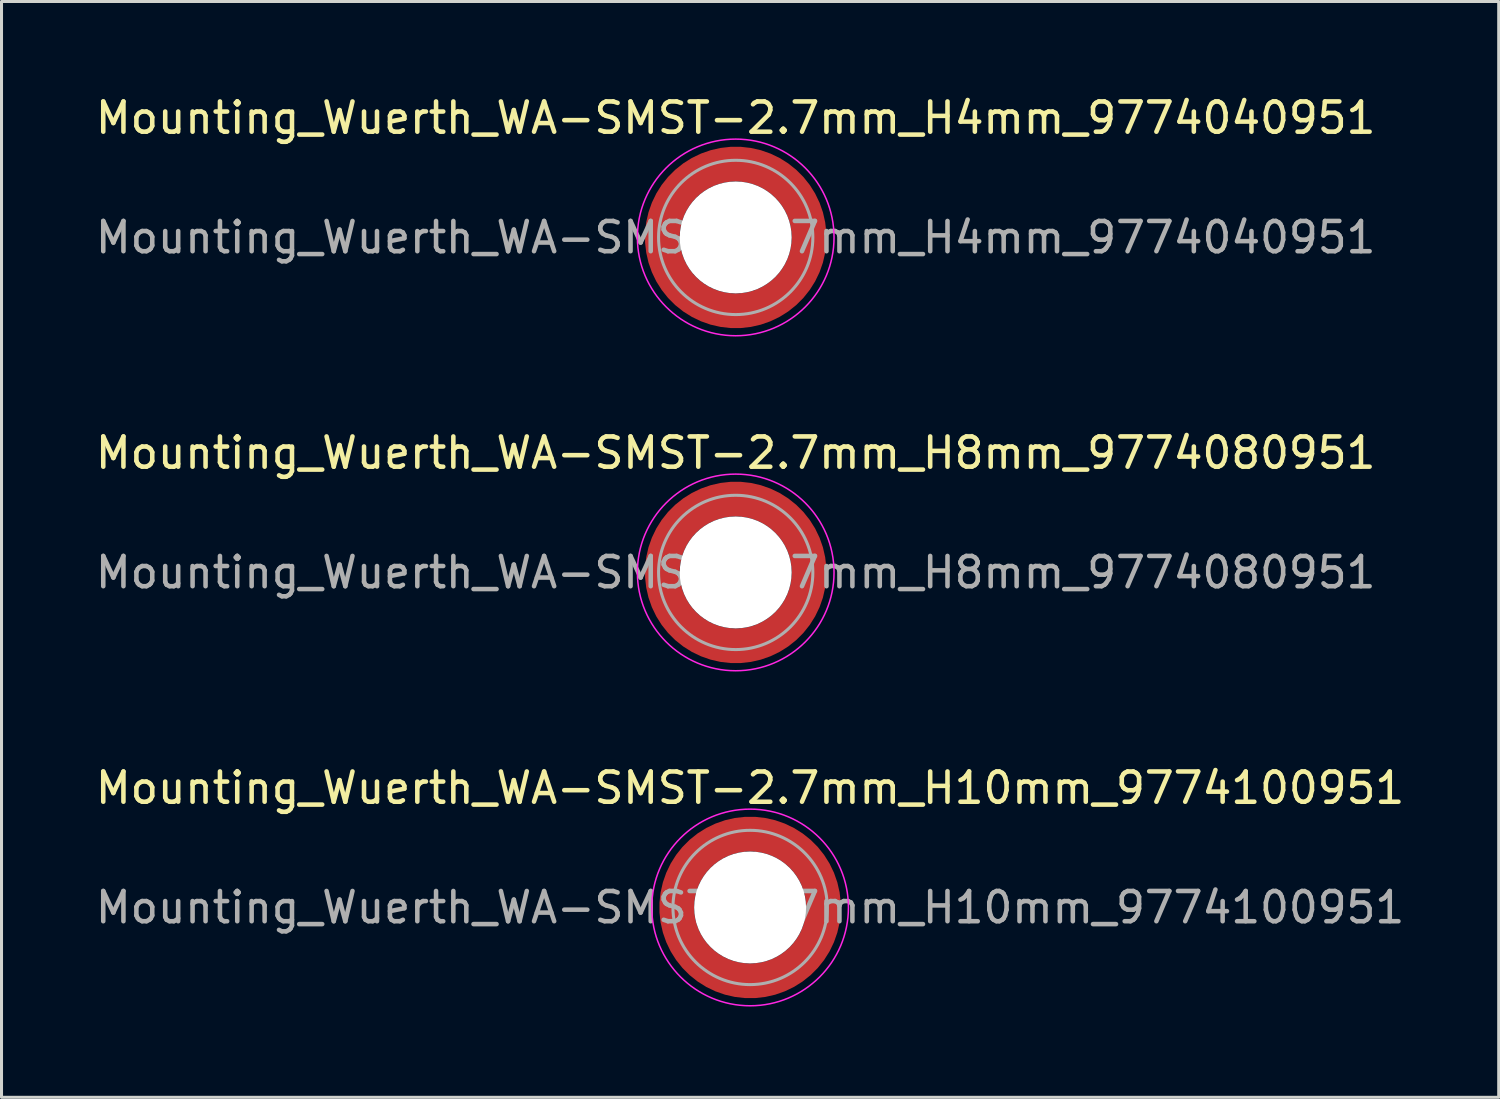
<source format=kicad_pcb>
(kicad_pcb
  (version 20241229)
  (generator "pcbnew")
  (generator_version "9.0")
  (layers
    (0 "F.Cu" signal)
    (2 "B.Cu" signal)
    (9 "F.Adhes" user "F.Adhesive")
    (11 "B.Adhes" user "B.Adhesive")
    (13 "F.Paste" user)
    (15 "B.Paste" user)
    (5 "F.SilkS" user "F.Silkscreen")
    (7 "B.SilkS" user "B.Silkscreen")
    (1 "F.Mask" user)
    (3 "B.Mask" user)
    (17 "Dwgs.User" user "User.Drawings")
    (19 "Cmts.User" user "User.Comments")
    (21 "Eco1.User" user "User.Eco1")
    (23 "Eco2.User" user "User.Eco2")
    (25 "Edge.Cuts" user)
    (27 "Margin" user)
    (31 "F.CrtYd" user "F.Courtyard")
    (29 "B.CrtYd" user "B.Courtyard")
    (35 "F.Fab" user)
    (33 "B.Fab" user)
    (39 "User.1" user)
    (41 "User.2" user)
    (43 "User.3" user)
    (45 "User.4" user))
  (footprint "Mounting_Wuerth_WA-SMST-2.7mm_H4mm_9774040951"
    (layer "F.Cu")
    (at 21.268 4.798)
    (property "Reference" "Mounting_Wuerth_WA-SMST-2.7mm_H4mm_9774040951" (at 0 -3.95 0) (layer "F.SilkS") (effects (font (size 1 1) (thickness 0.15))))
    (attr smd allow_soldermask_bridges)
    (fp_circle (center 0 0) (end 3.25 0) (stroke (width 0.05) (type solid)) (fill no) (layer "F.CrtYd"))
    (fp_circle (center 0 0) (end 2.55 0) (stroke (width 0.1) (type solid)) (fill no) (layer "F.Fab"))
    (fp_text user "${REFERENCE}" (at 0 0 0) (layer "F.Fab") (effects (font (size 1 1) (thickness 0.15))))
    (pad "" smd custom (at -1.704 -1.704) (size 0.51 0.51) (layers "F.Paste") (options (anchor circle)) (primitives (gr_arc (start -0.250195 1.279127) (mid 0.289914 0.289914) (end 1.279127 -0.250195) (width 0.2)) (gr_arc (start -0.34334 1.279127) (mid 0.225488 0.225488) (end 1.279127 -0.34334) (width 0.2)) (gr_arc (start -0.436309 1.279127) (mid 0.161063 0.161063) (end 1.279127 -0.436309) (width 0.2)) (gr_arc (start -0.529126 1.279127) (mid 0.096638 0.096638) (end 1.279127 -0.529126) (width 0.2)) (gr_arc (start -0.621807 1.279127) (mid 0.032213 0.032213) (end 1.279127 -0.621807) (width 0.2)) (gr_arc (start -0.71437 1.279127) (mid -0.032213 -0.032213) (end 1.279127 -0.71437) (width 0.2)) (gr_arc (start -0.806826 1.279127) (mid -0.096638 -0.096638) (end 1.279127 -0.806826) (width 0.2)) (gr_arc (start -0.899187 1.279127) (mid -0.161063 -0.161063) (end 1.279127 -0.899187) (width 0.2)) (gr_arc (start -0.991463 1.279127) (mid -0.225488 -0.225488) (end 1.279127 -0.991463) (width 0.2)) (gr_arc (start -1.083663 1.279127) (mid -0.289914 -0.289914) (end 1.279127 -1.083663) (width 0.2)) (gr_line (start 1.279 -0.25) (end 1.279 -1.084) (width 0.2)) (gr_line (start -0.25 1.279) (end -1.084 1.279) (width 0.2))))
    (pad "" smd custom (at -1.704 1.704) (size 0.51 0.51) (layers "F.Paste") (options (anchor circle)) (primitives (gr_arc (start 1.279127 0.250195) (mid 0.289914 -0.289914) (end -0.250195 -1.279127) (width 0.2)) (gr_arc (start 1.279127 0.34334) (mid 0.225488 -0.225488) (end -0.34334 -1.279127) (width 0.2)) (gr_arc (start 1.279127 0.436309) (mid 0.161063 -0.161063) (end -0.436309 -1.279127) (width 0.2)) (gr_arc (start 1.279127 0.529126) (mid 0.096638 -0.096638) (end -0.529126 -1.279127) (width 0.2)) (gr_arc (start 1.279127 0.621807) (mid 0.032213 -0.032213) (end -0.621807 -1.279127) (width 0.2)) (gr_arc (start 1.279127 0.71437) (mid -0.032213 0.032213) (end -0.71437 -1.279127) (width 0.2)) (gr_arc (start 1.279127 0.806826) (mid -0.096638 0.096638) (end -0.806826 -1.279127) (width 0.2)) (gr_arc (start 1.279127 0.899187) (mid -0.161063 0.161063) (end -0.899187 -1.279127) (width 0.2)) (gr_arc (start 1.279127 0.991463) (mid -0.225488 0.225488) (end -0.991463 -1.279127) (width 0.2)) (gr_arc (start 1.279127 1.083663) (mid -0.289914 0.289914) (end -1.083663 -1.279127) (width 0.2)) (gr_line (start -0.25 -1.279) (end -1.084 -1.279) (width 0.2)) (gr_line (start 1.279 0.25) (end 1.279 1.084) (width 0.2))))
    (pad "" np_thru_hole circle (at 0 0) (size 3.7 3.7) (drill 3.7) (layers "*.Cu" "*.Mask"))
    (pad "" smd custom (at 1.704 -1.704) (size 0.51 0.51) (layers "F.Paste") (options (anchor circle)) (primitives (gr_arc (start -1.279127 -0.250195) (mid -0.289914 0.289914) (end 0.250195 1.279127) (width 0.2)) (gr_arc (start -1.279127 -0.34334) (mid -0.225488 0.225488) (end 0.34334 1.279127) (width 0.2)) (gr_arc (start -1.279127 -0.436309) (mid -0.161063 0.161063) (end 0.436309 1.279127) (width 0.2)) (gr_arc (start -1.279127 -0.529126) (mid -0.096638 0.096638) (end 0.529126 1.279127) (width 0.2)) (gr_arc (start -1.279127 -0.621807) (mid -0.032213 0.032213) (end 0.621807 1.279127) (width 0.2)) (gr_arc (start -1.279127 -0.71437) (mid 0.032213 -0.032213) (end 0.71437 1.279127) (width 0.2)) (gr_arc (start -1.279127 -0.806826) (mid 0.096638 -0.096638) (end 0.806826 1.279127) (width 0.2)) (gr_arc (start -1.279127 -0.899187) (mid 0.161063 -0.161063) (end 0.899187 1.279127) (width 0.2)) (gr_arc (start -1.279127 -0.991463) (mid 0.225488 -0.225488) (end 0.991463 1.279127) (width 0.2)) (gr_arc (start -1.279127 -1.083663) (mid 0.289914 -0.289914) (end 1.083663 1.279127) (width 0.2)) (gr_line (start 0.25 1.279) (end 1.084 1.279) (width 0.2)) (gr_line (start -1.279 -0.25) (end -1.279 -1.084) (width 0.2))))
    (pad "" smd custom (at 1.704 1.704) (size 0.51 0.51) (layers "F.Paste") (options (anchor circle)) (primitives (gr_arc (start 0.250195 -1.279127) (mid -0.289914 -0.289914) (end -1.279127 0.250195) (width 0.2)) (gr_arc (start 0.34334 -1.279127) (mid -0.225488 -0.225488) (end -1.279127 0.34334) (width 0.2)) (gr_arc (start 0.436309 -1.279127) (mid -0.161063 -0.161063) (end -1.279127 0.436309) (width 0.2)) (gr_arc (start 0.529126 -1.279127) (mid -0.096638 -0.096638) (end -1.279127 0.529126) (width 0.2)) (gr_arc (start 0.621807 -1.279127) (mid -0.032213 -0.032213) (end -1.279127 0.621807) (width 0.2)) (gr_arc (start 0.71437 -1.279127) (mid 0.032213 0.032213) (end -1.279127 0.71437) (width 0.2)) (gr_arc (start 0.806826 -1.279127) (mid 0.096638 0.096638) (end -1.279127 0.806826) (width 0.2)) (gr_arc (start 0.899187 -1.279127) (mid 0.161063 0.161063) (end -1.279127 0.899187) (width 0.2)) (gr_arc (start 0.991463 -1.279127) (mid 0.225488 0.225488) (end -1.279127 0.991463) (width 0.2)) (gr_arc (start 1.083663 -1.279127) (mid 0.289914 0.289914) (end -1.279127 1.083663) (width 0.2)) (gr_line (start -1.279 0.25) (end -1.279 1.084) (width 0.2)) (gr_line (start 0.25 -1.279) (end 1.084 -1.279) (width 0.2))))
    (pad "1" smd circle (at -2.425 0) (size 0.642 0.642) (layers "F.Cu"))
    (pad "1" smd circle (at 0 -2.425) (size 0.642 0.642) (layers "F.Cu"))
    (pad "1" smd circle (at 0 2.425) (size 0.642 0.642) (layers "F.Cu"))
    (pad "1" smd custom (at 2.425 0) (size 1.15 1.15) (layers "F.Cu" "F.Mask") (options (anchor circle)) (primitives (gr_circle (center -2.425 0) (end 0 0) (width 1.15) (fill no)))))
  (footprint "Mounting_Wuerth_WA-SMST-2.7mm_H10mm_9774100951"
    (layer "F.Cu")
    (at 21.744 26.945)
    (property "Reference" "Mounting_Wuerth_WA-SMST-2.7mm_H10mm_9774100951" (at 0 -3.95 0) (layer "F.SilkS") (effects (font (size 1 1) (thickness 0.15))))
    (attr smd allow_soldermask_bridges)
    (fp_circle (center 0 0) (end 3.25 0) (stroke (width 0.05) (type solid)) (fill no) (layer "F.CrtYd"))
    (fp_circle (center 0 0) (end 2.55 0) (stroke (width 0.1) (type solid)) (fill no) (layer "F.Fab"))
    (fp_text user "${REFERENCE}" (at 0 0 0) (layer "F.Fab") (effects (font (size 1 1) (thickness 0.15))))
    (pad "" smd custom (at -1.704 -1.704) (size 0.51 0.51) (layers "F.Paste") (options (anchor circle)) (primitives (gr_arc (start -0.250195 1.279127) (mid 0.289914 0.289914) (end 1.279127 -0.250195) (width 0.2)) (gr_arc (start -0.34334 1.279127) (mid 0.225488 0.225488) (end 1.279127 -0.34334) (width 0.2)) (gr_arc (start -0.436309 1.279127) (mid 0.161063 0.161063) (end 1.279127 -0.436309) (width 0.2)) (gr_arc (start -0.529126 1.279127) (mid 0.096638 0.096638) (end 1.279127 -0.529126) (width 0.2)) (gr_arc (start -0.621807 1.279127) (mid 0.032213 0.032213) (end 1.279127 -0.621807) (width 0.2)) (gr_arc (start -0.71437 1.279127) (mid -0.032213 -0.032213) (end 1.279127 -0.71437) (width 0.2)) (gr_arc (start -0.806826 1.279127) (mid -0.096638 -0.096638) (end 1.279127 -0.806826) (width 0.2)) (gr_arc (start -0.899187 1.279127) (mid -0.161063 -0.161063) (end 1.279127 -0.899187) (width 0.2)) (gr_arc (start -0.991463 1.279127) (mid -0.225488 -0.225488) (end 1.279127 -0.991463) (width 0.2)) (gr_arc (start -1.083663 1.279127) (mid -0.289914 -0.289914) (end 1.279127 -1.083663) (width 0.2)) (gr_line (start 1.279 -0.25) (end 1.279 -1.084) (width 0.2)) (gr_line (start -0.25 1.279) (end -1.084 1.279) (width 0.2))))
    (pad "" smd custom (at -1.704 1.704) (size 0.51 0.51) (layers "F.Paste") (options (anchor circle)) (primitives (gr_arc (start 1.279127 0.250195) (mid 0.289914 -0.289914) (end -0.250195 -1.279127) (width 0.2)) (gr_arc (start 1.279127 0.34334) (mid 0.225488 -0.225488) (end -0.34334 -1.279127) (width 0.2)) (gr_arc (start 1.279127 0.436309) (mid 0.161063 -0.161063) (end -0.436309 -1.279127) (width 0.2)) (gr_arc (start 1.279127 0.529126) (mid 0.096638 -0.096638) (end -0.529126 -1.279127) (width 0.2)) (gr_arc (start 1.279127 0.621807) (mid 0.032213 -0.032213) (end -0.621807 -1.279127) (width 0.2)) (gr_arc (start 1.279127 0.71437) (mid -0.032213 0.032213) (end -0.71437 -1.279127) (width 0.2)) (gr_arc (start 1.279127 0.806826) (mid -0.096638 0.096638) (end -0.806826 -1.279127) (width 0.2)) (gr_arc (start 1.279127 0.899187) (mid -0.161063 0.161063) (end -0.899187 -1.279127) (width 0.2)) (gr_arc (start 1.279127 0.991463) (mid -0.225488 0.225488) (end -0.991463 -1.279127) (width 0.2)) (gr_arc (start 1.279127 1.083663) (mid -0.289914 0.289914) (end -1.083663 -1.279127) (width 0.2)) (gr_line (start -0.25 -1.279) (end -1.084 -1.279) (width 0.2)) (gr_line (start 1.279 0.25) (end 1.279 1.084) (width 0.2))))
    (pad "" np_thru_hole circle (at 0 0) (size 3.7 3.7) (drill 3.7) (layers "*.Cu" "*.Mask"))
    (pad "" smd custom (at 1.704 -1.704) (size 0.51 0.51) (layers "F.Paste") (options (anchor circle)) (primitives (gr_arc (start -1.279127 -0.250195) (mid -0.289914 0.289914) (end 0.250195 1.279127) (width 0.2)) (gr_arc (start -1.279127 -0.34334) (mid -0.225488 0.225488) (end 0.34334 1.279127) (width 0.2)) (gr_arc (start -1.279127 -0.436309) (mid -0.161063 0.161063) (end 0.436309 1.279127) (width 0.2)) (gr_arc (start -1.279127 -0.529126) (mid -0.096638 0.096638) (end 0.529126 1.279127) (width 0.2)) (gr_arc (start -1.279127 -0.621807) (mid -0.032213 0.032213) (end 0.621807 1.279127) (width 0.2)) (gr_arc (start -1.279127 -0.71437) (mid 0.032213 -0.032213) (end 0.71437 1.279127) (width 0.2)) (gr_arc (start -1.279127 -0.806826) (mid 0.096638 -0.096638) (end 0.806826 1.279127) (width 0.2)) (gr_arc (start -1.279127 -0.899187) (mid 0.161063 -0.161063) (end 0.899187 1.279127) (width 0.2)) (gr_arc (start -1.279127 -0.991463) (mid 0.225488 -0.225488) (end 0.991463 1.279127) (width 0.2)) (gr_arc (start -1.279127 -1.083663) (mid 0.289914 -0.289914) (end 1.083663 1.279127) (width 0.2)) (gr_line (start 0.25 1.279) (end 1.084 1.279) (width 0.2)) (gr_line (start -1.279 -0.25) (end -1.279 -1.084) (width 0.2))))
    (pad "" smd custom (at 1.704 1.704) (size 0.51 0.51) (layers "F.Paste") (options (anchor circle)) (primitives (gr_arc (start 0.250195 -1.279127) (mid -0.289914 -0.289914) (end -1.279127 0.250195) (width 0.2)) (gr_arc (start 0.34334 -1.279127) (mid -0.225488 -0.225488) (end -1.279127 0.34334) (width 0.2)) (gr_arc (start 0.436309 -1.279127) (mid -0.161063 -0.161063) (end -1.279127 0.436309) (width 0.2)) (gr_arc (start 0.529126 -1.279127) (mid -0.096638 -0.096638) (end -1.279127 0.529126) (width 0.2)) (gr_arc (start 0.621807 -1.279127) (mid -0.032213 -0.032213) (end -1.279127 0.621807) (width 0.2)) (gr_arc (start 0.71437 -1.279127) (mid 0.032213 0.032213) (end -1.279127 0.71437) (width 0.2)) (gr_arc (start 0.806826 -1.279127) (mid 0.096638 0.096638) (end -1.279127 0.806826) (width 0.2)) (gr_arc (start 0.899187 -1.279127) (mid 0.161063 0.161063) (end -1.279127 0.899187) (width 0.2)) (gr_arc (start 0.991463 -1.279127) (mid 0.225488 0.225488) (end -1.279127 0.991463) (width 0.2)) (gr_arc (start 1.083663 -1.279127) (mid 0.289914 0.289914) (end -1.279127 1.083663) (width 0.2)) (gr_line (start -1.279 0.25) (end -1.279 1.084) (width 0.2)) (gr_line (start 0.25 -1.279) (end 1.084 -1.279) (width 0.2))))
    (pad "1" smd circle (at -2.425 0) (size 0.642 0.642) (layers "F.Cu"))
    (pad "1" smd circle (at 0 -2.425) (size 0.642 0.642) (layers "F.Cu"))
    (pad "1" smd circle (at 0 2.425) (size 0.642 0.642) (layers "F.Cu"))
    (pad "1" smd custom (at 2.425 0) (size 1.15 1.15) (layers "F.Cu" "F.Mask") (options (anchor circle)) (primitives (gr_circle (center -2.425 0) (end 0 0) (width 1.15) (fill no)))))
  (footprint "Mounting_Wuerth_WA-SMST-2.7mm_H8mm_9774080951"
    (layer "F.Cu")
    (at 21.268 15.871)
    (property "Reference" "Mounting_Wuerth_WA-SMST-2.7mm_H8mm_9774080951" (at 0 -3.95 0) (layer "F.SilkS") (effects (font (size 1 1) (thickness 0.15))))
    (attr smd allow_soldermask_bridges)
    (fp_circle (center 0 0) (end 3.25 0) (stroke (width 0.05) (type solid)) (fill no) (layer "F.CrtYd"))
    (fp_circle (center 0 0) (end 2.55 0) (stroke (width 0.1) (type solid)) (fill no) (layer "F.Fab"))
    (fp_text user "${REFERENCE}" (at 0 0 0) (layer "F.Fab") (effects (font (size 1 1) (thickness 0.15))))
    (pad "" smd custom (at -1.704 -1.704) (size 0.51 0.51) (layers "F.Paste") (options (anchor circle)) (primitives (gr_arc (start -0.250195 1.279127) (mid 0.289914 0.289914) (end 1.279127 -0.250195) (width 0.2)) (gr_arc (start -0.34334 1.279127) (mid 0.225488 0.225488) (end 1.279127 -0.34334) (width 0.2)) (gr_arc (start -0.436309 1.279127) (mid 0.161063 0.161063) (end 1.279127 -0.436309) (width 0.2)) (gr_arc (start -0.529126 1.279127) (mid 0.096638 0.096638) (end 1.279127 -0.529126) (width 0.2)) (gr_arc (start -0.621807 1.279127) (mid 0.032213 0.032213) (end 1.279127 -0.621807) (width 0.2)) (gr_arc (start -0.71437 1.279127) (mid -0.032213 -0.032213) (end 1.279127 -0.71437) (width 0.2)) (gr_arc (start -0.806826 1.279127) (mid -0.096638 -0.096638) (end 1.279127 -0.806826) (width 0.2)) (gr_arc (start -0.899187 1.279127) (mid -0.161063 -0.161063) (end 1.279127 -0.899187) (width 0.2)) (gr_arc (start -0.991463 1.279127) (mid -0.225488 -0.225488) (end 1.279127 -0.991463) (width 0.2)) (gr_arc (start -1.083663 1.279127) (mid -0.289914 -0.289914) (end 1.279127 -1.083663) (width 0.2)) (gr_line (start 1.279 -0.25) (end 1.279 -1.084) (width 0.2)) (gr_line (start -0.25 1.279) (end -1.084 1.279) (width 0.2))))
    (pad "" smd custom (at -1.704 1.704) (size 0.51 0.51) (layers "F.Paste") (options (anchor circle)) (primitives (gr_arc (start 1.279127 0.250195) (mid 0.289914 -0.289914) (end -0.250195 -1.279127) (width 0.2)) (gr_arc (start 1.279127 0.34334) (mid 0.225488 -0.225488) (end -0.34334 -1.279127) (width 0.2)) (gr_arc (start 1.279127 0.436309) (mid 0.161063 -0.161063) (end -0.436309 -1.279127) (width 0.2)) (gr_arc (start 1.279127 0.529126) (mid 0.096638 -0.096638) (end -0.529126 -1.279127) (width 0.2)) (gr_arc (start 1.279127 0.621807) (mid 0.032213 -0.032213) (end -0.621807 -1.279127) (width 0.2)) (gr_arc (start 1.279127 0.71437) (mid -0.032213 0.032213) (end -0.71437 -1.279127) (width 0.2)) (gr_arc (start 1.279127 0.806826) (mid -0.096638 0.096638) (end -0.806826 -1.279127) (width 0.2)) (gr_arc (start 1.279127 0.899187) (mid -0.161063 0.161063) (end -0.899187 -1.279127) (width 0.2)) (gr_arc (start 1.279127 0.991463) (mid -0.225488 0.225488) (end -0.991463 -1.279127) (width 0.2)) (gr_arc (start 1.279127 1.083663) (mid -0.289914 0.289914) (end -1.083663 -1.279127) (width 0.2)) (gr_line (start -0.25 -1.279) (end -1.084 -1.279) (width 0.2)) (gr_line (start 1.279 0.25) (end 1.279 1.084) (width 0.2))))
    (pad "" np_thru_hole circle (at 0 0) (size 3.7 3.7) (drill 3.7) (layers "*.Cu" "*.Mask"))
    (pad "" smd custom (at 1.704 -1.704) (size 0.51 0.51) (layers "F.Paste") (options (anchor circle)) (primitives (gr_arc (start -1.279127 -0.250195) (mid -0.289914 0.289914) (end 0.250195 1.279127) (width 0.2)) (gr_arc (start -1.279127 -0.34334) (mid -0.225488 0.225488) (end 0.34334 1.279127) (width 0.2)) (gr_arc (start -1.279127 -0.436309) (mid -0.161063 0.161063) (end 0.436309 1.279127) (width 0.2)) (gr_arc (start -1.279127 -0.529126) (mid -0.096638 0.096638) (end 0.529126 1.279127) (width 0.2)) (gr_arc (start -1.279127 -0.621807) (mid -0.032213 0.032213) (end 0.621807 1.279127) (width 0.2)) (gr_arc (start -1.279127 -0.71437) (mid 0.032213 -0.032213) (end 0.71437 1.279127) (width 0.2)) (gr_arc (start -1.279127 -0.806826) (mid 0.096638 -0.096638) (end 0.806826 1.279127) (width 0.2)) (gr_arc (start -1.279127 -0.899187) (mid 0.161063 -0.161063) (end 0.899187 1.279127) (width 0.2)) (gr_arc (start -1.279127 -0.991463) (mid 0.225488 -0.225488) (end 0.991463 1.279127) (width 0.2)) (gr_arc (start -1.279127 -1.083663) (mid 0.289914 -0.289914) (end 1.083663 1.279127) (width 0.2)) (gr_line (start 0.25 1.279) (end 1.084 1.279) (width 0.2)) (gr_line (start -1.279 -0.25) (end -1.279 -1.084) (width 0.2))))
    (pad "" smd custom (at 1.704 1.704) (size 0.51 0.51) (layers "F.Paste") (options (anchor circle)) (primitives (gr_arc (start 0.250195 -1.279127) (mid -0.289914 -0.289914) (end -1.279127 0.250195) (width 0.2)) (gr_arc (start 0.34334 -1.279127) (mid -0.225488 -0.225488) (end -1.279127 0.34334) (width 0.2)) (gr_arc (start 0.436309 -1.279127) (mid -0.161063 -0.161063) (end -1.279127 0.436309) (width 0.2)) (gr_arc (start 0.529126 -1.279127) (mid -0.096638 -0.096638) (end -1.279127 0.529126) (width 0.2)) (gr_arc (start 0.621807 -1.279127) (mid -0.032213 -0.032213) (end -1.279127 0.621807) (width 0.2)) (gr_arc (start 0.71437 -1.279127) (mid 0.032213 0.032213) (end -1.279127 0.71437) (width 0.2)) (gr_arc (start 0.806826 -1.279127) (mid 0.096638 0.096638) (end -1.279127 0.806826) (width 0.2)) (gr_arc (start 0.899187 -1.279127) (mid 0.161063 0.161063) (end -1.279127 0.899187) (width 0.2)) (gr_arc (start 0.991463 -1.279127) (mid 0.225488 0.225488) (end -1.279127 0.991463) (width 0.2)) (gr_arc (start 1.083663 -1.279127) (mid 0.289914 0.289914) (end -1.279127 1.083663) (width 0.2)) (gr_line (start -1.279 0.25) (end -1.279 1.084) (width 0.2)) (gr_line (start 0.25 -1.279) (end 1.084 -1.279) (width 0.2))))
    (pad "1" smd circle (at -2.425 0) (size 0.642 0.642) (layers "F.Cu"))
    (pad "1" smd circle (at 0 -2.425) (size 0.642 0.642) (layers "F.Cu"))
    (pad "1" smd circle (at 0 2.425) (size 0.642 0.642) (layers "F.Cu"))
    (pad "1" smd custom (at 2.425 0) (size 1.15 1.15) (layers "F.Cu" "F.Mask") (options (anchor circle)) (primitives (gr_circle (center -2.425 0) (end 0 0) (width 1.15) (fill no)))))
  (gr_rect
    (start -3 -3)
    (end 46.488 33.22)
    (stroke (width 0.1) (type default))
    (fill no)
    (layer "Edge.Cuts")))
</source>
